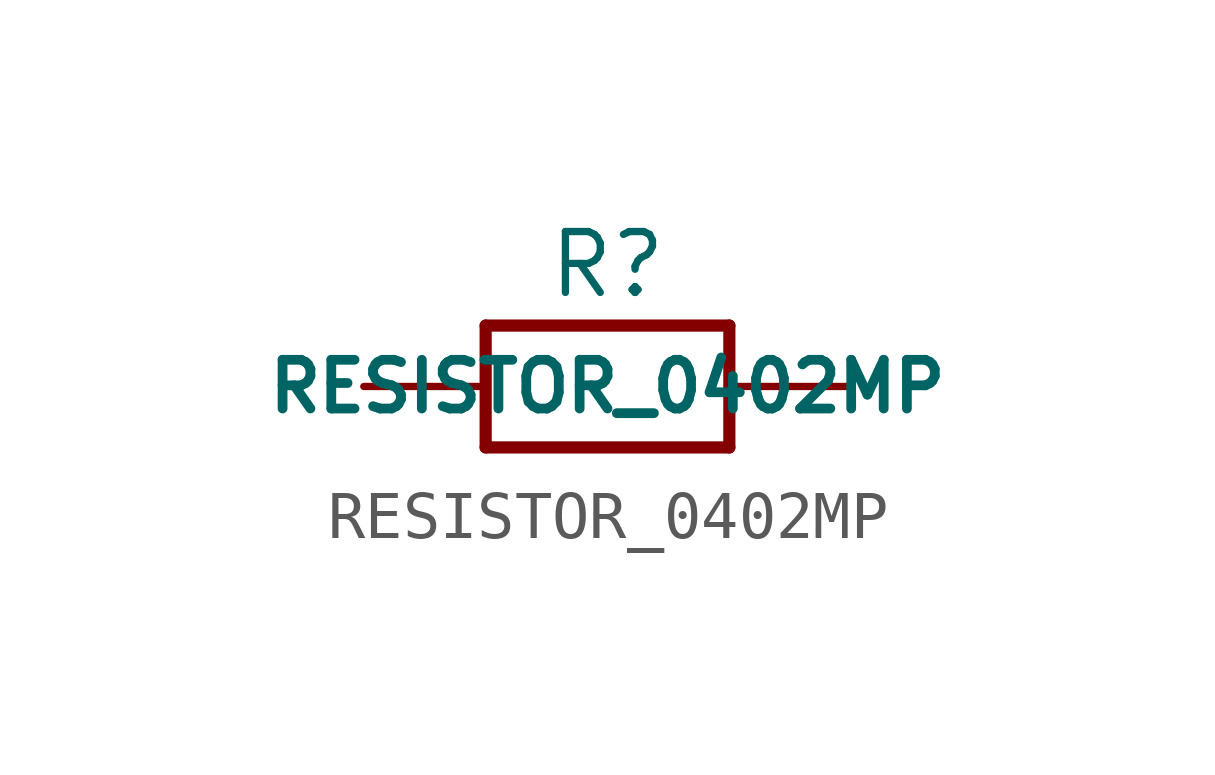
<source format=kicad_sym>
(kicad_symbol_lib
  (version 20211014)
  (generator kicad_symbol_editor)
  (symbol "RESISTOR_0402MP"
    (property "Reference" "R"
      (at 0 2.54 0)
      (effects (font (size 1.27 1.27))))
    (property "Value" "RESISTOR_0402MP"
      (at 0 0 0)
      (effects (font (size 1.016 1.016) bold)))
    (property "ki_locked" ""
      (at 0 0 0)
      (effects (font (size 1.27 1.27))))
    (symbol "RESISTOR_0402MP_1_0"
      (polyline (pts (xy -2.54 -1.27) (xy -2.54 1.27)) (stroke (width 0.254) (type default) (color 0 0 0 0)) (fill (type none)))
      (polyline (pts (xy -2.54 1.27) (xy 2.54 1.27)) (stroke (width 0.254) (type default) (color 0 0 0 0)) (fill (type none)))
      (polyline (pts (xy 2.54 -1.27) (xy -2.54 -1.27)) (stroke (width 0.254) (type default) (color 0 0 0 0)) (fill (type none)))
      (polyline (pts (xy 2.54 1.27) (xy 2.54 -1.27)) (stroke (width 0.254) (type default) (color 0 0 0 0)) (fill (type none)))
      (pin passive line (at -5.08 0 0) (length 2.54) (name "1" (effects (font (size 0 0)))) (number "1" (effects (font (size 0 0)))))
      (pin passive line (at 5.08 0 180) (length 2.54) (name "2" (effects (font (size 0 0)))) (number "2" (effects (font (size 0 0))))))))
</source>
